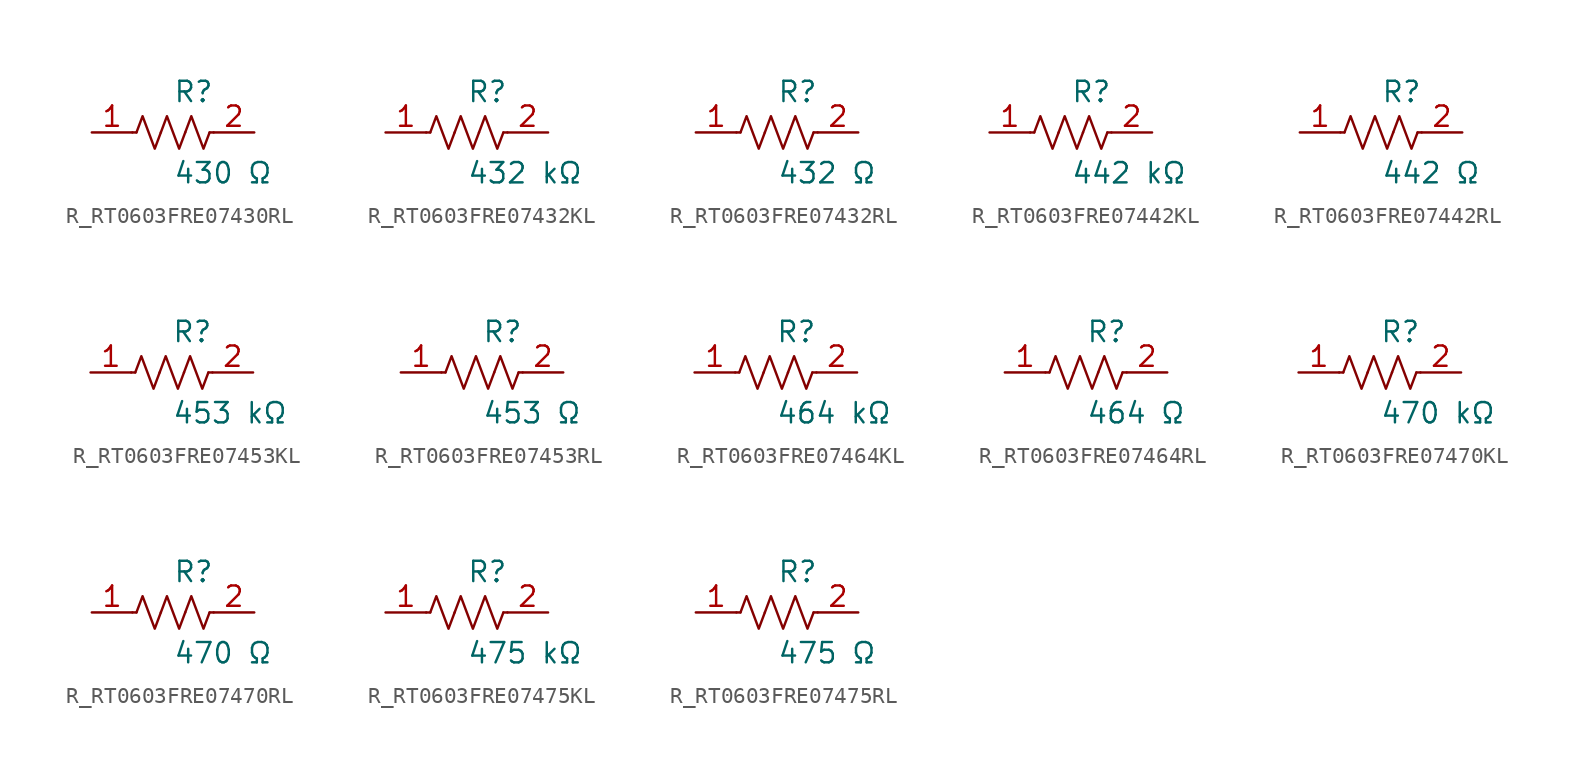
<source format=kicad_sym>
(kicad_symbol_lib
  (version 20231120)
  (generator kicad_symbol_editor)
  (generator_version 8.0)
  (symbol "R_RT0603FRE07430RL"
    (pin_names
      (offset 0.254))
    (property "Reference" "R"
      (at 0.0 2.54 0)
      (effects (font (size 1.27 1.27)) (justify left)))
    (property "Value" "430 Ω"
      (at 0.0 -2.54 0)
      (effects (font (size 1.27 1.27)) (justify left)))
    (symbol "R_RT0603FRE07430RL_0_1"
      (polyline (pts (xy 2.286 0) (xy 2.54 0)) (stroke (width 0) (type default)) (fill (type none)))
      (polyline (pts (xy -2.286 0) (xy -2.54 0)) (stroke (width 0) (type default)) (fill (type none)))
      (polyline (pts (xy 0.762 0) (xy 1.143 1.016) (xy 1.524 0) (xy 1.905 -1.016) (xy 2.286 0)) (stroke (width 0) (type default)) (fill (type none)))
      (polyline (pts (xy -0.762 0) (xy -0.381 1.016) (xy 0 0) (xy 0.381 -1.016) (xy 0.762 0)) (stroke (width 0) (type default)) (fill (type none)))
      (polyline (pts (xy -2.286 0) (xy -1.905 1.016) (xy -1.524 0) (xy -1.143 -1.016) (xy -0.762 0)) (stroke (width 0) (type default)) (fill (type none))))
    (pin unspecified line
      (at -5.08 0 0)
      (length 2.54)
      (name "" (effects (font (size 1.27 1.27))))
      (number "1" (effects (font (size 1.27 1.27)))))
    (pin unspecified line
      (at 5.08 0 180)
      (length 2.54)
      (name "" (effects (font (size 1.27 1.27))))
      (number "2" (effects (font (size 1.27 1.27))))))
  (symbol "R_RT0603FRE07432KL"
    (pin_names
      (offset 0.254))
    (property "Reference" "R"
      (at 0.0 2.54 0)
      (effects (font (size 1.27 1.27)) (justify left)))
    (property "Value" "432 kΩ"
      (at 0.0 -2.54 0)
      (effects (font (size 1.27 1.27)) (justify left)))
    (symbol "R_RT0603FRE07432KL_0_1"
      (polyline (pts (xy 2.286 0) (xy 2.54 0)) (stroke (width 0) (type default)) (fill (type none)))
      (polyline (pts (xy -2.286 0) (xy -2.54 0)) (stroke (width 0) (type default)) (fill (type none)))
      (polyline (pts (xy 0.762 0) (xy 1.143 1.016) (xy 1.524 0) (xy 1.905 -1.016) (xy 2.286 0)) (stroke (width 0) (type default)) (fill (type none)))
      (polyline (pts (xy -0.762 0) (xy -0.381 1.016) (xy 0 0) (xy 0.381 -1.016) (xy 0.762 0)) (stroke (width 0) (type default)) (fill (type none)))
      (polyline (pts (xy -2.286 0) (xy -1.905 1.016) (xy -1.524 0) (xy -1.143 -1.016) (xy -0.762 0)) (stroke (width 0) (type default)) (fill (type none))))
    (pin unspecified line
      (at -5.08 0 0)
      (length 2.54)
      (name "" (effects (font (size 1.27 1.27))))
      (number "1" (effects (font (size 1.27 1.27)))))
    (pin unspecified line
      (at 5.08 0 180)
      (length 2.54)
      (name "" (effects (font (size 1.27 1.27))))
      (number "2" (effects (font (size 1.27 1.27))))))
  (symbol "R_RT0603FRE07432RL"
    (pin_names
      (offset 0.254))
    (property "Reference" "R"
      (at 0.0 2.54 0)
      (effects (font (size 1.27 1.27)) (justify left)))
    (property "Value" "432 Ω"
      (at 0.0 -2.54 0)
      (effects (font (size 1.27 1.27)) (justify left)))
    (symbol "R_RT0603FRE07432RL_0_1"
      (polyline (pts (xy 2.286 0) (xy 2.54 0)) (stroke (width 0) (type default)) (fill (type none)))
      (polyline (pts (xy -2.286 0) (xy -2.54 0)) (stroke (width 0) (type default)) (fill (type none)))
      (polyline (pts (xy 0.762 0) (xy 1.143 1.016) (xy 1.524 0) (xy 1.905 -1.016) (xy 2.286 0)) (stroke (width 0) (type default)) (fill (type none)))
      (polyline (pts (xy -0.762 0) (xy -0.381 1.016) (xy 0 0) (xy 0.381 -1.016) (xy 0.762 0)) (stroke (width 0) (type default)) (fill (type none)))
      (polyline (pts (xy -2.286 0) (xy -1.905 1.016) (xy -1.524 0) (xy -1.143 -1.016) (xy -0.762 0)) (stroke (width 0) (type default)) (fill (type none))))
    (pin unspecified line
      (at -5.08 0 0)
      (length 2.54)
      (name "" (effects (font (size 1.27 1.27))))
      (number "1" (effects (font (size 1.27 1.27)))))
    (pin unspecified line
      (at 5.08 0 180)
      (length 2.54)
      (name "" (effects (font (size 1.27 1.27))))
      (number "2" (effects (font (size 1.27 1.27))))))
  (symbol "R_RT0603FRE07442KL"
    (pin_names
      (offset 0.254))
    (property "Reference" "R"
      (at 0.0 2.54 0)
      (effects (font (size 1.27 1.27)) (justify left)))
    (property "Value" "442 kΩ"
      (at 0.0 -2.54 0)
      (effects (font (size 1.27 1.27)) (justify left)))
    (symbol "R_RT0603FRE07442KL_0_1"
      (polyline (pts (xy 2.286 0) (xy 2.54 0)) (stroke (width 0) (type default)) (fill (type none)))
      (polyline (pts (xy -2.286 0) (xy -2.54 0)) (stroke (width 0) (type default)) (fill (type none)))
      (polyline (pts (xy 0.762 0) (xy 1.143 1.016) (xy 1.524 0) (xy 1.905 -1.016) (xy 2.286 0)) (stroke (width 0) (type default)) (fill (type none)))
      (polyline (pts (xy -0.762 0) (xy -0.381 1.016) (xy 0 0) (xy 0.381 -1.016) (xy 0.762 0)) (stroke (width 0) (type default)) (fill (type none)))
      (polyline (pts (xy -2.286 0) (xy -1.905 1.016) (xy -1.524 0) (xy -1.143 -1.016) (xy -0.762 0)) (stroke (width 0) (type default)) (fill (type none))))
    (pin unspecified line
      (at -5.08 0 0)
      (length 2.54)
      (name "" (effects (font (size 1.27 1.27))))
      (number "1" (effects (font (size 1.27 1.27)))))
    (pin unspecified line
      (at 5.08 0 180)
      (length 2.54)
      (name "" (effects (font (size 1.27 1.27))))
      (number "2" (effects (font (size 1.27 1.27))))))
  (symbol "R_RT0603FRE07442RL"
    (pin_names
      (offset 0.254))
    (property "Reference" "R"
      (at 0.0 2.54 0)
      (effects (font (size 1.27 1.27)) (justify left)))
    (property "Value" "442 Ω"
      (at 0.0 -2.54 0)
      (effects (font (size 1.27 1.27)) (justify left)))
    (symbol "R_RT0603FRE07442RL_0_1"
      (polyline (pts (xy 2.286 0) (xy 2.54 0)) (stroke (width 0) (type default)) (fill (type none)))
      (polyline (pts (xy -2.286 0) (xy -2.54 0)) (stroke (width 0) (type default)) (fill (type none)))
      (polyline (pts (xy 0.762 0) (xy 1.143 1.016) (xy 1.524 0) (xy 1.905 -1.016) (xy 2.286 0)) (stroke (width 0) (type default)) (fill (type none)))
      (polyline (pts (xy -0.762 0) (xy -0.381 1.016) (xy 0 0) (xy 0.381 -1.016) (xy 0.762 0)) (stroke (width 0) (type default)) (fill (type none)))
      (polyline (pts (xy -2.286 0) (xy -1.905 1.016) (xy -1.524 0) (xy -1.143 -1.016) (xy -0.762 0)) (stroke (width 0) (type default)) (fill (type none))))
    (pin unspecified line
      (at -5.08 0 0)
      (length 2.54)
      (name "" (effects (font (size 1.27 1.27))))
      (number "1" (effects (font (size 1.27 1.27)))))
    (pin unspecified line
      (at 5.08 0 180)
      (length 2.54)
      (name "" (effects (font (size 1.27 1.27))))
      (number "2" (effects (font (size 1.27 1.27))))))
  (symbol "R_RT0603FRE07453KL"
    (pin_names
      (offset 0.254))
    (property "Reference" "R"
      (at 0.0 2.54 0)
      (effects (font (size 1.27 1.27)) (justify left)))
    (property "Value" "453 kΩ"
      (at 0.0 -2.54 0)
      (effects (font (size 1.27 1.27)) (justify left)))
    (symbol "R_RT0603FRE07453KL_0_1"
      (polyline (pts (xy 2.286 0) (xy 2.54 0)) (stroke (width 0) (type default)) (fill (type none)))
      (polyline (pts (xy -2.286 0) (xy -2.54 0)) (stroke (width 0) (type default)) (fill (type none)))
      (polyline (pts (xy 0.762 0) (xy 1.143 1.016) (xy 1.524 0) (xy 1.905 -1.016) (xy 2.286 0)) (stroke (width 0) (type default)) (fill (type none)))
      (polyline (pts (xy -0.762 0) (xy -0.381 1.016) (xy 0 0) (xy 0.381 -1.016) (xy 0.762 0)) (stroke (width 0) (type default)) (fill (type none)))
      (polyline (pts (xy -2.286 0) (xy -1.905 1.016) (xy -1.524 0) (xy -1.143 -1.016) (xy -0.762 0)) (stroke (width 0) (type default)) (fill (type none))))
    (pin unspecified line
      (at -5.08 0 0)
      (length 2.54)
      (name "" (effects (font (size 1.27 1.27))))
      (number "1" (effects (font (size 1.27 1.27)))))
    (pin unspecified line
      (at 5.08 0 180)
      (length 2.54)
      (name "" (effects (font (size 1.27 1.27))))
      (number "2" (effects (font (size 1.27 1.27))))))
  (symbol "R_RT0603FRE07453RL"
    (pin_names
      (offset 0.254))
    (property "Reference" "R"
      (at 0.0 2.54 0)
      (effects (font (size 1.27 1.27)) (justify left)))
    (property "Value" "453 Ω"
      (at 0.0 -2.54 0)
      (effects (font (size 1.27 1.27)) (justify left)))
    (symbol "R_RT0603FRE07453RL_0_1"
      (polyline (pts (xy 2.286 0) (xy 2.54 0)) (stroke (width 0) (type default)) (fill (type none)))
      (polyline (pts (xy -2.286 0) (xy -2.54 0)) (stroke (width 0) (type default)) (fill (type none)))
      (polyline (pts (xy 0.762 0) (xy 1.143 1.016) (xy 1.524 0) (xy 1.905 -1.016) (xy 2.286 0)) (stroke (width 0) (type default)) (fill (type none)))
      (polyline (pts (xy -0.762 0) (xy -0.381 1.016) (xy 0 0) (xy 0.381 -1.016) (xy 0.762 0)) (stroke (width 0) (type default)) (fill (type none)))
      (polyline (pts (xy -2.286 0) (xy -1.905 1.016) (xy -1.524 0) (xy -1.143 -1.016) (xy -0.762 0)) (stroke (width 0) (type default)) (fill (type none))))
    (pin unspecified line
      (at -5.08 0 0)
      (length 2.54)
      (name "" (effects (font (size 1.27 1.27))))
      (number "1" (effects (font (size 1.27 1.27)))))
    (pin unspecified line
      (at 5.08 0 180)
      (length 2.54)
      (name "" (effects (font (size 1.27 1.27))))
      (number "2" (effects (font (size 1.27 1.27))))))
  (symbol "R_RT0603FRE07464KL"
    (pin_names
      (offset 0.254))
    (property "Reference" "R"
      (at 0.0 2.54 0)
      (effects (font (size 1.27 1.27)) (justify left)))
    (property "Value" "464 kΩ"
      (at 0.0 -2.54 0)
      (effects (font (size 1.27 1.27)) (justify left)))
    (symbol "R_RT0603FRE07464KL_0_1"
      (polyline (pts (xy 2.286 0) (xy 2.54 0)) (stroke (width 0) (type default)) (fill (type none)))
      (polyline (pts (xy -2.286 0) (xy -2.54 0)) (stroke (width 0) (type default)) (fill (type none)))
      (polyline (pts (xy 0.762 0) (xy 1.143 1.016) (xy 1.524 0) (xy 1.905 -1.016) (xy 2.286 0)) (stroke (width 0) (type default)) (fill (type none)))
      (polyline (pts (xy -0.762 0) (xy -0.381 1.016) (xy 0 0) (xy 0.381 -1.016) (xy 0.762 0)) (stroke (width 0) (type default)) (fill (type none)))
      (polyline (pts (xy -2.286 0) (xy -1.905 1.016) (xy -1.524 0) (xy -1.143 -1.016) (xy -0.762 0)) (stroke (width 0) (type default)) (fill (type none))))
    (pin unspecified line
      (at -5.08 0 0)
      (length 2.54)
      (name "" (effects (font (size 1.27 1.27))))
      (number "1" (effects (font (size 1.27 1.27)))))
    (pin unspecified line
      (at 5.08 0 180)
      (length 2.54)
      (name "" (effects (font (size 1.27 1.27))))
      (number "2" (effects (font (size 1.27 1.27))))))
  (symbol "R_RT0603FRE07464RL"
    (pin_names
      (offset 0.254))
    (property "Reference" "R"
      (at 0.0 2.54 0)
      (effects (font (size 1.27 1.27)) (justify left)))
    (property "Value" "464 Ω"
      (at 0.0 -2.54 0)
      (effects (font (size 1.27 1.27)) (justify left)))
    (symbol "R_RT0603FRE07464RL_0_1"
      (polyline (pts (xy 2.286 0) (xy 2.54 0)) (stroke (width 0) (type default)) (fill (type none)))
      (polyline (pts (xy -2.286 0) (xy -2.54 0)) (stroke (width 0) (type default)) (fill (type none)))
      (polyline (pts (xy 0.762 0) (xy 1.143 1.016) (xy 1.524 0) (xy 1.905 -1.016) (xy 2.286 0)) (stroke (width 0) (type default)) (fill (type none)))
      (polyline (pts (xy -0.762 0) (xy -0.381 1.016) (xy 0 0) (xy 0.381 -1.016) (xy 0.762 0)) (stroke (width 0) (type default)) (fill (type none)))
      (polyline (pts (xy -2.286 0) (xy -1.905 1.016) (xy -1.524 0) (xy -1.143 -1.016) (xy -0.762 0)) (stroke (width 0) (type default)) (fill (type none))))
    (pin unspecified line
      (at -5.08 0 0)
      (length 2.54)
      (name "" (effects (font (size 1.27 1.27))))
      (number "1" (effects (font (size 1.27 1.27)))))
    (pin unspecified line
      (at 5.08 0 180)
      (length 2.54)
      (name "" (effects (font (size 1.27 1.27))))
      (number "2" (effects (font (size 1.27 1.27))))))
  (symbol "R_RT0603FRE07470KL"
    (pin_names
      (offset 0.254))
    (property "Reference" "R"
      (at 0.0 2.54 0)
      (effects (font (size 1.27 1.27)) (justify left)))
    (property "Value" "470 kΩ"
      (at 0.0 -2.54 0)
      (effects (font (size 1.27 1.27)) (justify left)))
    (symbol "R_RT0603FRE07470KL_0_1"
      (polyline (pts (xy 2.286 0) (xy 2.54 0)) (stroke (width 0) (type default)) (fill (type none)))
      (polyline (pts (xy -2.286 0) (xy -2.54 0)) (stroke (width 0) (type default)) (fill (type none)))
      (polyline (pts (xy 0.762 0) (xy 1.143 1.016) (xy 1.524 0) (xy 1.905 -1.016) (xy 2.286 0)) (stroke (width 0) (type default)) (fill (type none)))
      (polyline (pts (xy -0.762 0) (xy -0.381 1.016) (xy 0 0) (xy 0.381 -1.016) (xy 0.762 0)) (stroke (width 0) (type default)) (fill (type none)))
      (polyline (pts (xy -2.286 0) (xy -1.905 1.016) (xy -1.524 0) (xy -1.143 -1.016) (xy -0.762 0)) (stroke (width 0) (type default)) (fill (type none))))
    (pin unspecified line
      (at -5.08 0 0)
      (length 2.54)
      (name "" (effects (font (size 1.27 1.27))))
      (number "1" (effects (font (size 1.27 1.27)))))
    (pin unspecified line
      (at 5.08 0 180)
      (length 2.54)
      (name "" (effects (font (size 1.27 1.27))))
      (number "2" (effects (font (size 1.27 1.27))))))
  (symbol "R_RT0603FRE07470RL"
    (pin_names
      (offset 0.254))
    (property "Reference" "R"
      (at 0.0 2.54 0)
      (effects (font (size 1.27 1.27)) (justify left)))
    (property "Value" "470 Ω"
      (at 0.0 -2.54 0)
      (effects (font (size 1.27 1.27)) (justify left)))
    (symbol "R_RT0603FRE07470RL_0_1"
      (polyline (pts (xy 2.286 0) (xy 2.54 0)) (stroke (width 0) (type default)) (fill (type none)))
      (polyline (pts (xy -2.286 0) (xy -2.54 0)) (stroke (width 0) (type default)) (fill (type none)))
      (polyline (pts (xy 0.762 0) (xy 1.143 1.016) (xy 1.524 0) (xy 1.905 -1.016) (xy 2.286 0)) (stroke (width 0) (type default)) (fill (type none)))
      (polyline (pts (xy -0.762 0) (xy -0.381 1.016) (xy 0 0) (xy 0.381 -1.016) (xy 0.762 0)) (stroke (width 0) (type default)) (fill (type none)))
      (polyline (pts (xy -2.286 0) (xy -1.905 1.016) (xy -1.524 0) (xy -1.143 -1.016) (xy -0.762 0)) (stroke (width 0) (type default)) (fill (type none))))
    (pin unspecified line
      (at -5.08 0 0)
      (length 2.54)
      (name "" (effects (font (size 1.27 1.27))))
      (number "1" (effects (font (size 1.27 1.27)))))
    (pin unspecified line
      (at 5.08 0 180)
      (length 2.54)
      (name "" (effects (font (size 1.27 1.27))))
      (number "2" (effects (font (size 1.27 1.27))))))
  (symbol "R_RT0603FRE07475KL"
    (pin_names
      (offset 0.254))
    (property "Reference" "R"
      (at 0.0 2.54 0)
      (effects (font (size 1.27 1.27)) (justify left)))
    (property "Value" "475 kΩ"
      (at 0.0 -2.54 0)
      (effects (font (size 1.27 1.27)) (justify left)))
    (symbol "R_RT0603FRE07475KL_0_1"
      (polyline (pts (xy 2.286 0) (xy 2.54 0)) (stroke (width 0) (type default)) (fill (type none)))
      (polyline (pts (xy -2.286 0) (xy -2.54 0)) (stroke (width 0) (type default)) (fill (type none)))
      (polyline (pts (xy 0.762 0) (xy 1.143 1.016) (xy 1.524 0) (xy 1.905 -1.016) (xy 2.286 0)) (stroke (width 0) (type default)) (fill (type none)))
      (polyline (pts (xy -0.762 0) (xy -0.381 1.016) (xy 0 0) (xy 0.381 -1.016) (xy 0.762 0)) (stroke (width 0) (type default)) (fill (type none)))
      (polyline (pts (xy -2.286 0) (xy -1.905 1.016) (xy -1.524 0) (xy -1.143 -1.016) (xy -0.762 0)) (stroke (width 0) (type default)) (fill (type none))))
    (pin unspecified line
      (at -5.08 0 0)
      (length 2.54)
      (name "" (effects (font (size 1.27 1.27))))
      (number "1" (effects (font (size 1.27 1.27)))))
    (pin unspecified line
      (at 5.08 0 180)
      (length 2.54)
      (name "" (effects (font (size 1.27 1.27))))
      (number "2" (effects (font (size 1.27 1.27))))))
  (symbol "R_RT0603FRE07475RL"
    (pin_names
      (offset 0.254))
    (property "Reference" "R"
      (at 0.0 2.54 0)
      (effects (font (size 1.27 1.27)) (justify left)))
    (property "Value" "475 Ω"
      (at 0.0 -2.54 0)
      (effects (font (size 1.27 1.27)) (justify left)))
    (symbol "R_RT0603FRE07475RL_0_1"
      (polyline (pts (xy 2.286 0) (xy 2.54 0)) (stroke (width 0) (type default)) (fill (type none)))
      (polyline (pts (xy -2.286 0) (xy -2.54 0)) (stroke (width 0) (type default)) (fill (type none)))
      (polyline (pts (xy 0.762 0) (xy 1.143 1.016) (xy 1.524 0) (xy 1.905 -1.016) (xy 2.286 0)) (stroke (width 0) (type default)) (fill (type none)))
      (polyline (pts (xy -0.762 0) (xy -0.381 1.016) (xy 0 0) (xy 0.381 -1.016) (xy 0.762 0)) (stroke (width 0) (type default)) (fill (type none)))
      (polyline (pts (xy -2.286 0) (xy -1.905 1.016) (xy -1.524 0) (xy -1.143 -1.016) (xy -0.762 0)) (stroke (width 0) (type default)) (fill (type none))))
    (pin unspecified line
      (at -5.08 0 0)
      (length 2.54)
      (name "" (effects (font (size 1.27 1.27))))
      (number "1" (effects (font (size 1.27 1.27)))))
    (pin unspecified line
      (at 5.08 0 180)
      (length 2.54)
      (name "" (effects (font (size 1.27 1.27))))
      (number "2" (effects (font (size 1.27 1.27)))))))
</source>
